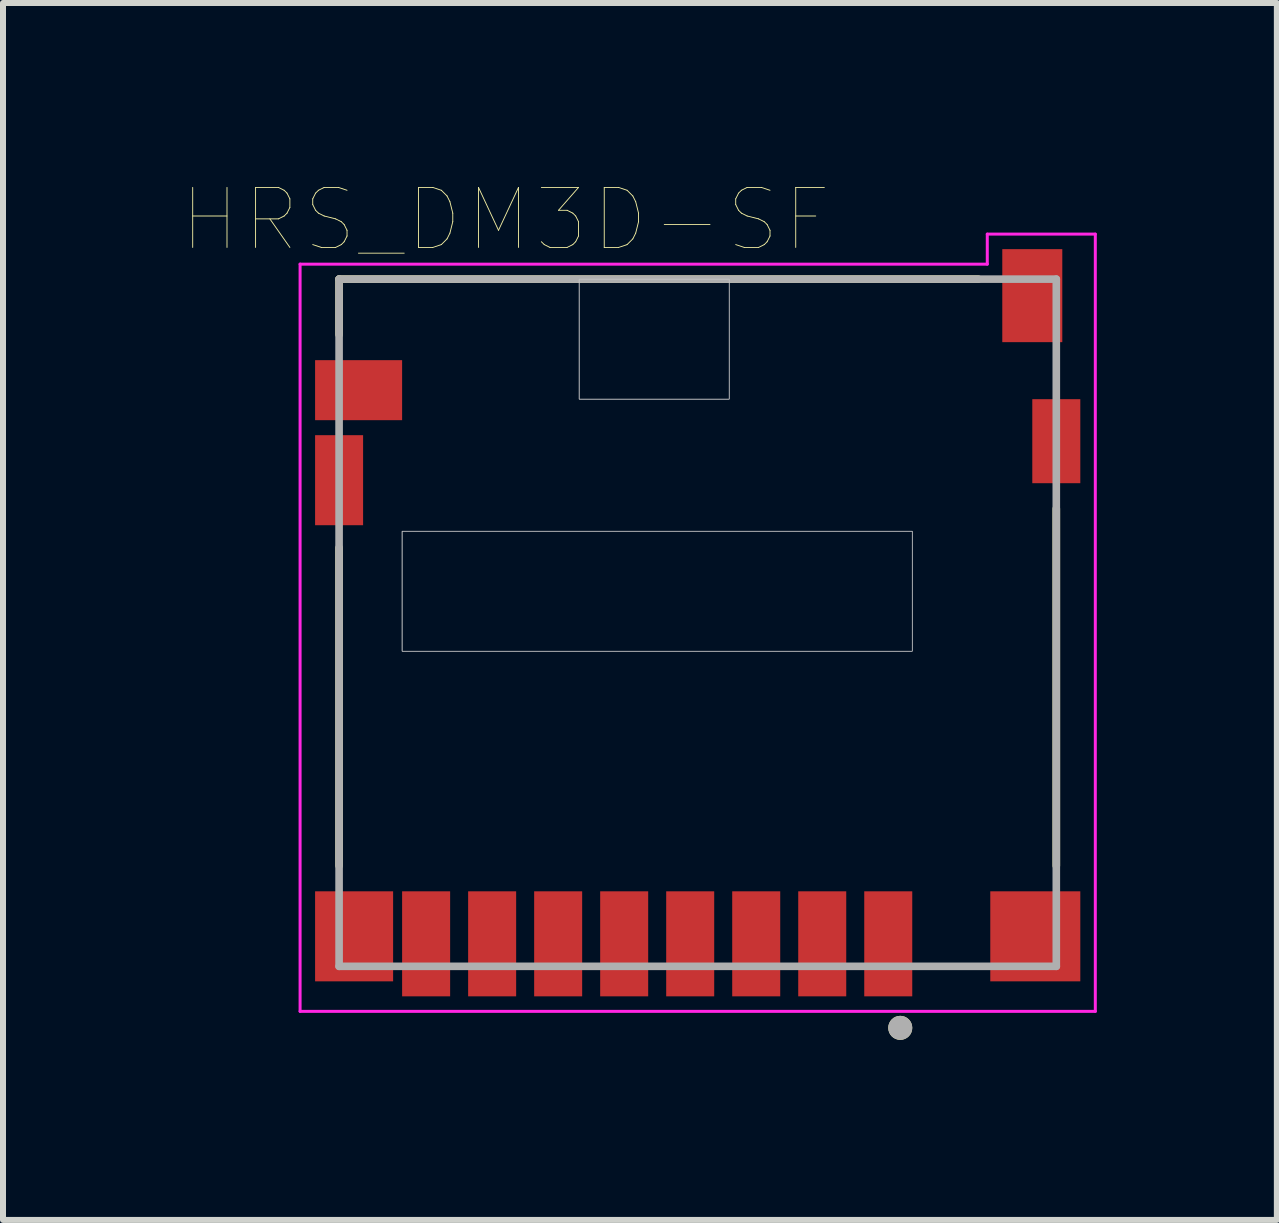
<source format=kicad_pcb>
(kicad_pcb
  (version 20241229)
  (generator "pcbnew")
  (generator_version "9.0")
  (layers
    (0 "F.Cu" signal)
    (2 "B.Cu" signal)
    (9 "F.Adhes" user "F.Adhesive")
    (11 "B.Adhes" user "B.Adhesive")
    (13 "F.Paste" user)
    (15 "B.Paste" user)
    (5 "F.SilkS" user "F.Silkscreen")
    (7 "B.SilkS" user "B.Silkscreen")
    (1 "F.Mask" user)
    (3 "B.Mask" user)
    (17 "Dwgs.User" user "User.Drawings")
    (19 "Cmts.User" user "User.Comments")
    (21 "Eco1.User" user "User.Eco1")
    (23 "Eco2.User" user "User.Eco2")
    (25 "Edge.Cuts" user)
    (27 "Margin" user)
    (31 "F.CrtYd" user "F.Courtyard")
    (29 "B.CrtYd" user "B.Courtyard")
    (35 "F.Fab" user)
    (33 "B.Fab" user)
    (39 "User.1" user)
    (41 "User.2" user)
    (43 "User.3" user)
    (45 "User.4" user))
  (footprint "HRS_DM3D-SF"
    (layer "F.Cu")
    (at 8.55 12.676)
    (property "Reference" "HRS_DM3D-SF" (at -3.175 -12.065 0) (layer "F.SilkS") (effects (font (size 1 1) (thickness 0.015))))
    (attr through_hole)
    (fp_line (start -5.95 -11.075) (end -5.95 -10.15) (stroke (width 0.127) (type solid)) (layer "F.SilkS"))
    (fp_line (start -5.95 -11.075) (end 4.7 -11.075) (stroke (width 0.127) (type solid)) (layer "F.SilkS"))
    (fp_line (start -5.95 -6.6) (end -5.95 -1.3) (stroke (width 0.127) (type solid)) (layer "F.SilkS"))
    (fp_line (start 6 -7.25) (end 6 -1.3) (stroke (width 0.127) (type solid)) (layer "F.SilkS"))
    (fp_circle (center 3.4 1.4) (end 3.5 1.4) (stroke (width 0.2) (type solid)) (fill no) (layer "F.SilkS"))
    (fp_poly (pts (xy -4.9 -6.875) (xy 3.6 -6.875) (xy 3.6 -4.875) (xy -4.9 -4.875)) (stroke (width 0.01) (type solid)) (fill no) (layer "Dwgs.User"))
    (fp_poly (pts (xy -4.9 -6.875) (xy 3.6 -6.875) (xy 3.6 -4.875) (xy -4.9 -4.875)) (stroke (width 0.01) (type solid)) (fill no) (layer "Dwgs.User"))
    (fp_poly (pts (xy -1.95 -11.075) (xy 0.55 -11.075) (xy 0.55 -9.075) (xy -1.95 -9.075)) (stroke (width 0.01) (type solid)) (fill no) (layer "Dwgs.User"))
    (fp_poly (pts (xy -1.95 -11.075) (xy 0.55 -11.075) (xy 0.55 -9.075) (xy -1.95 -9.075)) (stroke (width 0.01) (type solid)) (fill no) (layer "Dwgs.User"))
    (fp_line (start -6.6 -11.325) (end 4.85 -11.325) (stroke (width 0.05) (type solid)) (layer "F.CrtYd"))
    (fp_line (start -6.6 1.125) (end -6.6 -11.325) (stroke (width 0.05) (type solid)) (layer "F.CrtYd"))
    (fp_line (start 4.85 -11.825) (end 6.65 -11.825) (stroke (width 0.05) (type solid)) (layer "F.CrtYd"))
    (fp_line (start 4.85 -11.325) (end 4.85 -11.825) (stroke (width 0.05) (type solid)) (layer "F.CrtYd"))
    (fp_line (start 6.65 -11.825) (end 6.65 1.125) (stroke (width 0.05) (type solid)) (layer "F.CrtYd"))
    (fp_line (start 6.65 1.125) (end -6.6 1.125) (stroke (width 0.05) (type solid)) (layer "F.CrtYd"))
    (fp_line (start -5.95 -11.075) (end -5.95 0.375) (stroke (width 0.127) (type solid)) (layer "F.Fab"))
    (fp_line (start -5.95 0.375) (end 6 0.375) (stroke (width 0.127) (type solid)) (layer "F.Fab"))
    (fp_line (start 6 -11.075) (end -5.95 -11.075) (stroke (width 0.127) (type solid)) (layer "F.Fab"))
    (fp_line (start 6 0.375) (end 6 -11.075) (stroke (width 0.127) (type solid)) (layer "F.Fab"))
    (fp_circle (center 3.4 1.4) (end 3.5 1.4) (stroke (width 0.2) (type solid)) (fill no) (layer "F.Fab"))
    (pad "1" smd rect (at 3.2 0) (size 0.8 1.75) (layers "F.Cu" "F.Mask" "F.Paste"))
    (pad "2" smd rect (at 2.1 0) (size 0.8 1.75) (layers "F.Cu" "F.Mask" "F.Paste"))
    (pad "3" smd rect (at 1 0) (size 0.8 1.75) (layers "F.Cu" "F.Mask" "F.Paste"))
    (pad "4" smd rect (at -0.1 0) (size 0.8 1.75) (layers "F.Cu" "F.Mask" "F.Paste"))
    (pad "5" smd rect (at -1.2 0) (size 0.8 1.75) (layers "F.Cu" "F.Mask" "F.Paste"))
    (pad "6" smd rect (at -2.3 0) (size 0.8 1.75) (layers "F.Cu" "F.Mask" "F.Paste"))
    (pad "7" smd rect (at -3.4 0) (size 0.8 1.75) (layers "F.Cu" "F.Mask" "F.Paste"))
    (pad "8" smd rect (at -4.5 0) (size 0.8 1.75) (layers "F.Cu" "F.Mask" "F.Paste"))
    (pad "S1" smd rect (at -5.7 -0.125) (size 1.3 1.5) (layers "F.Cu" "F.Mask" "F.Paste"))
    (pad "S2" smd rect (at 5.65 -0.125) (size 1.5 1.5) (layers "F.Cu" "F.Mask" "F.Paste"))
    (pad "S3" smd rect (at -5.95 -7.725) (size 0.8 1.5) (layers "F.Cu" "F.Mask" "F.Paste"))
    (pad "S4" smd rect (at 6 -8.375) (size 0.8 1.4) (layers "F.Cu" "F.Mask" "F.Paste"))
    (pad "SWA" smd rect (at 5.6 -10.8) (size 1 1.55) (layers "F.Cu" "F.Mask" "F.Paste"))
    (pad "SWB" smd rect (at -5.625 -9.225) (size 1.45 1) (layers "F.Cu" "F.Mask" "F.Paste")))
  (gr_rect
    (start -3 -3)
    (end 18.225 17.276)
    (stroke (width 0.1) (type default))
    (fill no)
    (layer "Edge.Cuts")))
</source>
